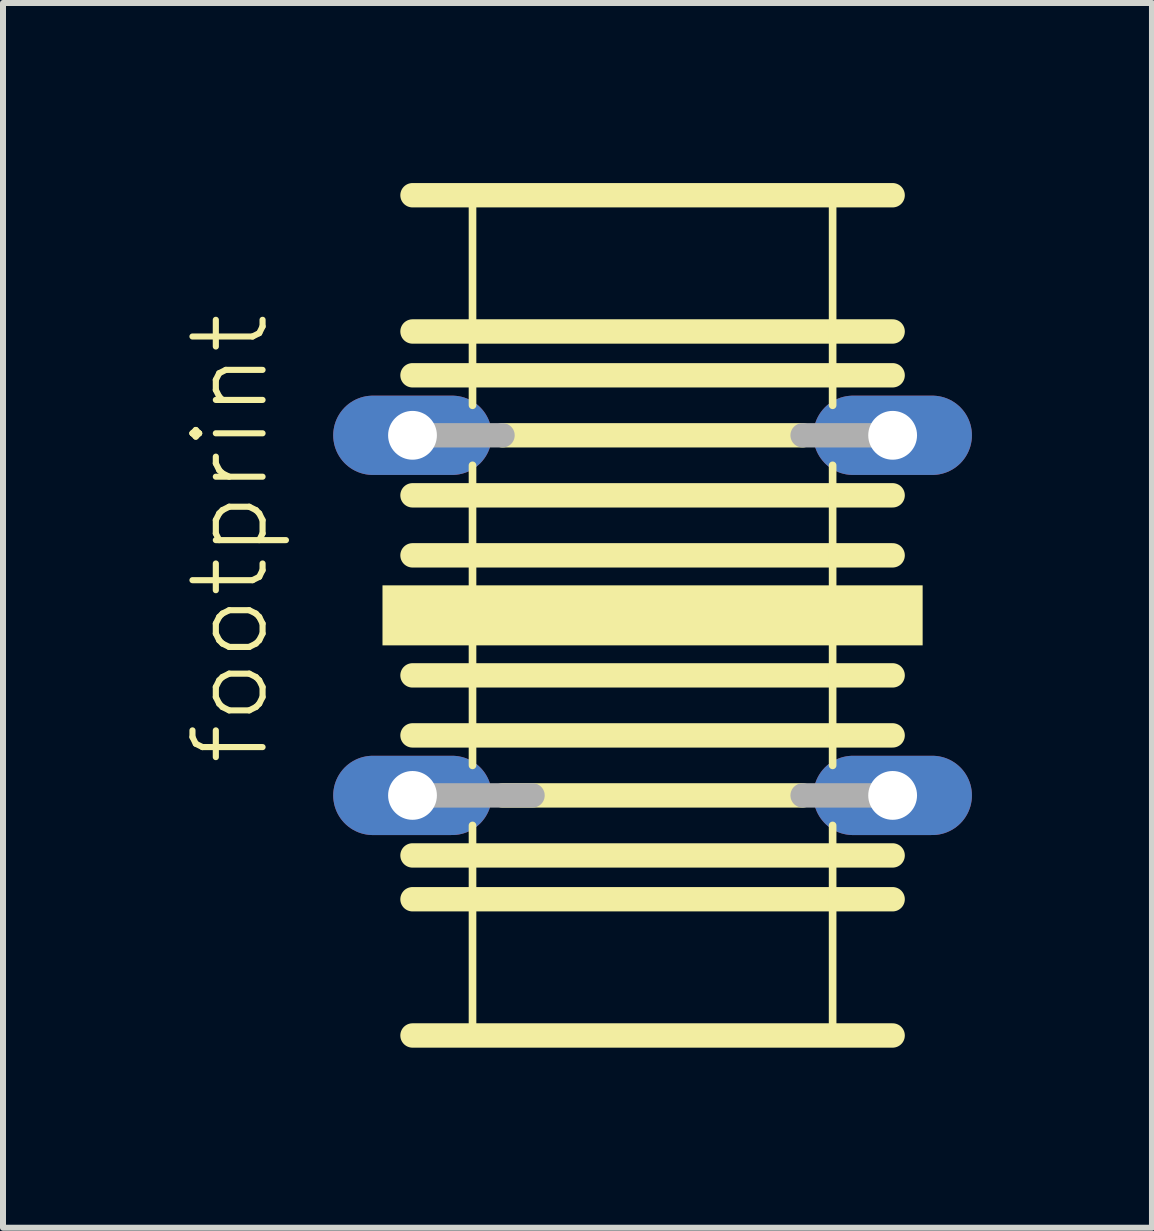
<source format=kicad_pcb>
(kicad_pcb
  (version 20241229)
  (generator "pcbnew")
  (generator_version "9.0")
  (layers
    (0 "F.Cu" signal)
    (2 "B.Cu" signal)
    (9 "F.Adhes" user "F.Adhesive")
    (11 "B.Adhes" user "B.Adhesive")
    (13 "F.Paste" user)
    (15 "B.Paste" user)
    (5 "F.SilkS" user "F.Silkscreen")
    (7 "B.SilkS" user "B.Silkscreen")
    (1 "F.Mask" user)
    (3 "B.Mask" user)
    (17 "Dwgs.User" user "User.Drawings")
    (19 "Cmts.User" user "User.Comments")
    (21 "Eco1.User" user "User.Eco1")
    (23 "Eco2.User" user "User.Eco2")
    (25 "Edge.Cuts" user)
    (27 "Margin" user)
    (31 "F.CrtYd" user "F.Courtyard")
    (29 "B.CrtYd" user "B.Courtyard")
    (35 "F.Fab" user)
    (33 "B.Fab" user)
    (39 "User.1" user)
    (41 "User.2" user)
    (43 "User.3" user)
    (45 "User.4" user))
  (footprint "footprint"
    (layer "F.Cu")
    (at 7.823 7.203)
    (property "Reference" "footprint" (at -6.35 2.54 90) (layer "F.SilkS") (effects (font (size 1.168 1.168) (thickness 0.102)) (justify left bottom)))
    (fp_line (start -4 -7) (end 4 -7) (stroke (width 0.406) (type solid)) (layer "F.SilkS"))
    (fp_line (start -4 -4.73) (end 4 -4.73) (stroke (width 0.406) (type solid)) (layer "F.SilkS"))
    (fp_line (start -4 -4) (end 4 -4) (stroke (width 0.406) (type solid)) (layer "F.SilkS"))
    (fp_line (start -4 -2) (end 4 -2) (stroke (width 0.406) (type solid)) (layer "F.SilkS"))
    (fp_line (start -4 -1) (end 4 -1) (stroke (width 0.406) (type solid)) (layer "F.SilkS"))
    (fp_line (start -4 1) (end 4 1) (stroke (width 0.406) (type solid)) (layer "F.SilkS"))
    (fp_line (start -4 2) (end 4 2) (stroke (width 0.406) (type solid)) (layer "F.SilkS"))
    (fp_line (start -4 4) (end 4 4) (stroke (width 0.406) (type solid)) (layer "F.SilkS"))
    (fp_line (start -4 4.73) (end 4 4.73) (stroke (width 0.406) (type solid)) (layer "F.SilkS"))
    (fp_line (start -4 7) (end 4 7) (stroke (width 0.406) (type solid)) (layer "F.SilkS"))
    (fp_line (start -3 -7) (end 3 -7) (stroke (width 0.127) (type solid)) (layer "F.SilkS"))
    (fp_line (start -3 -3.5) (end -3 -7) (stroke (width 0.127) (type solid)) (layer "F.SilkS"))
    (fp_line (start -3 2.5) (end -3 -2.5) (stroke (width 0.127) (type solid)) (layer "F.SilkS"))
    (fp_line (start -3 3.5) (end -3 7) (stroke (width 0.127) (type solid)) (layer "F.SilkS"))
    (fp_line (start -3 7) (end 3 7) (stroke (width 0.127) (type solid)) (layer "F.SilkS"))
    (fp_line (start -2.5 -3) (end 2.5 -3) (stroke (width 0.406) (type solid)) (layer "F.SilkS"))
    (fp_line (start -2.5 3) (end 2.5 3) (stroke (width 0.406) (type solid)) (layer "F.SilkS"))
    (fp_line (start 3 -7) (end 3 -3.5) (stroke (width 0.127) (type solid)) (layer "F.SilkS"))
    (fp_line (start 3 -2.5) (end 3 2.5) (stroke (width 0.127) (type solid)) (layer "F.SilkS"))
    (fp_line (start 3 7) (end 3 3.5) (stroke (width 0.127) (type solid)) (layer "F.SilkS"))
    (fp_poly (pts (xy -4.5 0.5) (xy 4.5 0.5) (xy 4.5 -0.5) (xy -4.5 -0.5)) (stroke (width 0) (type solid)) (fill yes) (layer "F.SilkS"))
    (fp_line (start -4 -3) (end -2.5 -3) (stroke (width 0.406) (type solid)) (layer "F.Fab"))
    (fp_line (start -4 3) (end -2 3) (stroke (width 0.406) (type solid)) (layer "F.Fab"))
    (fp_line (start 2.5 -3) (end 4 -3) (stroke (width 0.406) (type solid)) (layer "F.Fab"))
    (fp_line (start 2.5 3) (end 4 3) (stroke (width 0.406) (type solid)) (layer "F.Fab"))
    (pad "1" thru_hole oval (at -4 3) (size 2.642 1.321) (drill 0.813) (layers "*.Cu" "*.Mask"))
    (pad "2" thru_hole oval (at 4 3) (size 2.642 1.321) (drill 0.813) (layers "*.Cu" "*.Mask"))
    (pad "3" thru_hole oval (at -4 -3) (size 2.642 1.321) (drill 0.813) (layers "*.Cu" "*.Mask"))
    (pad "4" thru_hole oval (at 4 -3) (size 2.642 1.321) (drill 0.813) (layers "*.Cu" "*.Mask")))
  (gr_rect
    (start -3 -3)
    (end 16.144 17.406)
    (stroke (width 0.1) (type default))
    (fill no)
    (layer "Edge.Cuts")))
</source>
